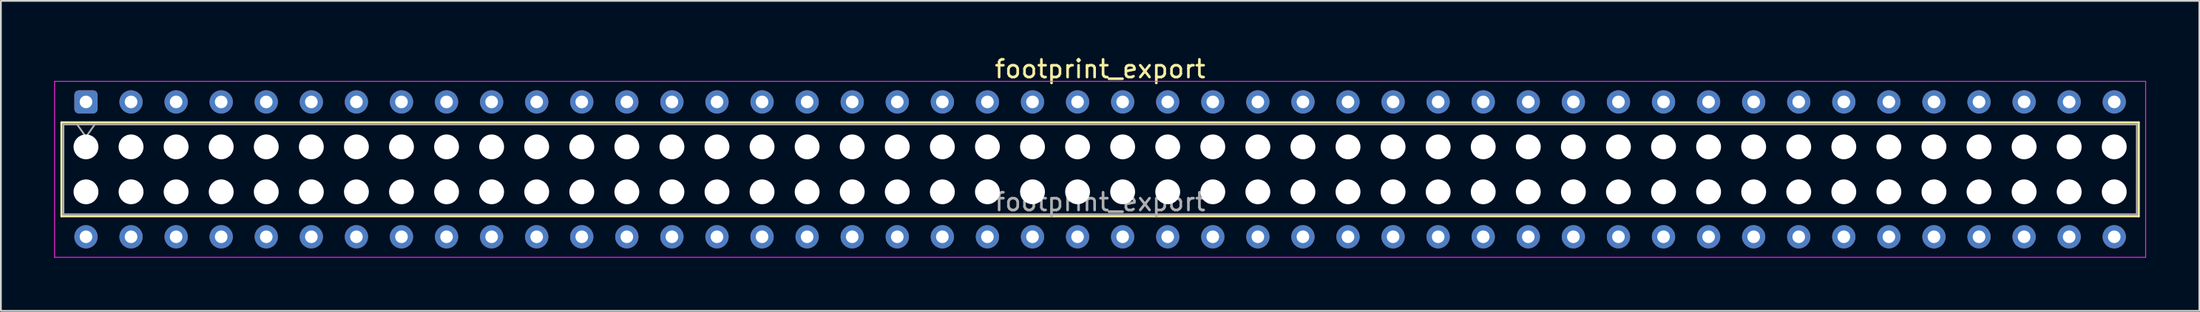
<source format=kicad_pcb>
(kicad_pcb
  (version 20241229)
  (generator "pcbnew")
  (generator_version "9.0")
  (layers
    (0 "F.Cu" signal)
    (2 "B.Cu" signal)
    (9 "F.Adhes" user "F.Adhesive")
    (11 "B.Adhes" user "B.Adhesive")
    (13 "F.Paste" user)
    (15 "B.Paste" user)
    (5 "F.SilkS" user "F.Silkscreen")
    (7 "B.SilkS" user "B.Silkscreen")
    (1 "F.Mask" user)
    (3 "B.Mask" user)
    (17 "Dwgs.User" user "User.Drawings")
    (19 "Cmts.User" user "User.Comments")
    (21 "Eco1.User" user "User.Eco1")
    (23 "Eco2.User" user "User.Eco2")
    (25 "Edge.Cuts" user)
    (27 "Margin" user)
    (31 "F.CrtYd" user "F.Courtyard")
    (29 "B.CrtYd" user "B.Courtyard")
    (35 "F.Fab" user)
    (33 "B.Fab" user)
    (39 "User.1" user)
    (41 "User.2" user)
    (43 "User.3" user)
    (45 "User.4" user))
  (footprint "footprint_export"
    (layer "F.Cu")
    (at 1.795 2.708)
    (property "Reference" "footprint_export" (at 57.15 -1.86 0) (layer "F.SilkS") (effects (font (size 1 1) (thickness 0.15))))
    (attr through_hole)
    (fp_line (start -1.38 1.16) (end 115.68 1.16) (stroke (width 0.12) (type solid)) (layer "F.SilkS"))
    (fp_line (start -1.38 6.46) (end -1.38 1.16) (stroke (width 0.12) (type solid)) (layer "F.SilkS"))
    (fp_line (start 115.68 1.16) (end 115.68 6.46) (stroke (width 0.12) (type solid)) (layer "F.SilkS"))
    (fp_line (start 115.68 6.46) (end -1.38 6.46) (stroke (width 0.12) (type solid)) (layer "F.SilkS"))
    (fp_line (start -1.77 -1.16) (end 116.07 -1.16) (stroke (width 0.05) (type solid)) (layer "F.CrtYd"))
    (fp_line (start -1.77 8.78) (end -1.77 -1.16) (stroke (width 0.05) (type solid)) (layer "F.CrtYd"))
    (fp_line (start 116.07 -1.16) (end 116.07 8.78) (stroke (width 0.05) (type solid)) (layer "F.CrtYd"))
    (fp_line (start 116.07 8.78) (end -1.77 8.78) (stroke (width 0.05) (type solid)) (layer "F.CrtYd"))
    (fp_line (start -1.27 1.27) (end 115.57 1.27) (stroke (width 0.1) (type solid)) (layer "F.Fab"))
    (fp_line (start -1.27 6.35) (end -1.27 1.27) (stroke (width 0.1) (type solid)) (layer "F.Fab"))
    (fp_line (start -0.5 1.27) (end 0 1.977) (stroke (width 0.1) (type solid)) (layer "F.Fab"))
    (fp_line (start 0 1.977) (end 0.5 1.27) (stroke (width 0.1) (type solid)) (layer "F.Fab"))
    (fp_line (start 115.57 1.27) (end 115.57 6.35) (stroke (width 0.1) (type solid)) (layer "F.Fab"))
    (fp_line (start 115.57 6.35) (end -1.27 6.35) (stroke (width 0.1) (type solid)) (layer "F.Fab"))
    (fp_text user "${REFERENCE}" (at 57.15 5.65 0) (layer "F.Fab") (effects (font (size 1 1) (thickness 0.15))))
    (pad "" np_thru_hole circle (at 0 2.54) (size 1.4 1.4) (drill 1.4) (layers "*.Cu" "*.Mask"))
    (pad "" np_thru_hole circle (at 0 5.08) (size 1.4 1.4) (drill 1.4) (layers "*.Cu" "*.Mask"))
    (pad "" np_thru_hole circle (at 2.54 2.54) (size 1.4 1.4) (drill 1.4) (layers "*.Cu" "*.Mask"))
    (pad "" np_thru_hole circle (at 2.54 5.08) (size 1.4 1.4) (drill 1.4) (layers "*.Cu" "*.Mask"))
    (pad "" np_thru_hole circle (at 5.08 2.54) (size 1.4 1.4) (drill 1.4) (layers "*.Cu" "*.Mask"))
    (pad "" np_thru_hole circle (at 5.08 5.08) (size 1.4 1.4) (drill 1.4) (layers "*.Cu" "*.Mask"))
    (pad "" np_thru_hole circle (at 7.62 2.54) (size 1.4 1.4) (drill 1.4) (layers "*.Cu" "*.Mask"))
    (pad "" np_thru_hole circle (at 7.62 5.08) (size 1.4 1.4) (drill 1.4) (layers "*.Cu" "*.Mask"))
    (pad "" np_thru_hole circle (at 10.16 2.54) (size 1.4 1.4) (drill 1.4) (layers "*.Cu" "*.Mask"))
    (pad "" np_thru_hole circle (at 10.16 5.08) (size 1.4 1.4) (drill 1.4) (layers "*.Cu" "*.Mask"))
    (pad "" np_thru_hole circle (at 12.7 2.54) (size 1.4 1.4) (drill 1.4) (layers "*.Cu" "*.Mask"))
    (pad "" np_thru_hole circle (at 12.7 5.08) (size 1.4 1.4) (drill 1.4) (layers "*.Cu" "*.Mask"))
    (pad "" np_thru_hole circle (at 15.24 2.54) (size 1.4 1.4) (drill 1.4) (layers "*.Cu" "*.Mask"))
    (pad "" np_thru_hole circle (at 15.24 5.08) (size 1.4 1.4) (drill 1.4) (layers "*.Cu" "*.Mask"))
    (pad "" np_thru_hole circle (at 17.78 2.54) (size 1.4 1.4) (drill 1.4) (layers "*.Cu" "*.Mask"))
    (pad "" np_thru_hole circle (at 17.78 5.08) (size 1.4 1.4) (drill 1.4) (layers "*.Cu" "*.Mask"))
    (pad "" np_thru_hole circle (at 20.32 2.54) (size 1.4 1.4) (drill 1.4) (layers "*.Cu" "*.Mask"))
    (pad "" np_thru_hole circle (at 20.32 5.08) (size 1.4 1.4) (drill 1.4) (layers "*.Cu" "*.Mask"))
    (pad "" np_thru_hole circle (at 22.86 2.54) (size 1.4 1.4) (drill 1.4) (layers "*.Cu" "*.Mask"))
    (pad "" np_thru_hole circle (at 22.86 5.08) (size 1.4 1.4) (drill 1.4) (layers "*.Cu" "*.Mask"))
    (pad "" np_thru_hole circle (at 25.4 2.54) (size 1.4 1.4) (drill 1.4) (layers "*.Cu" "*.Mask"))
    (pad "" np_thru_hole circle (at 25.4 5.08) (size 1.4 1.4) (drill 1.4) (layers "*.Cu" "*.Mask"))
    (pad "" np_thru_hole circle (at 27.94 2.54) (size 1.4 1.4) (drill 1.4) (layers "*.Cu" "*.Mask"))
    (pad "" np_thru_hole circle (at 27.94 5.08) (size 1.4 1.4) (drill 1.4) (layers "*.Cu" "*.Mask"))
    (pad "" np_thru_hole circle (at 30.48 2.54) (size 1.4 1.4) (drill 1.4) (layers "*.Cu" "*.Mask"))
    (pad "" np_thru_hole circle (at 30.48 5.08) (size 1.4 1.4) (drill 1.4) (layers "*.Cu" "*.Mask"))
    (pad "" np_thru_hole circle (at 33.02 2.54) (size 1.4 1.4) (drill 1.4) (layers "*.Cu" "*.Mask"))
    (pad "" np_thru_hole circle (at 33.02 5.08) (size 1.4 1.4) (drill 1.4) (layers "*.Cu" "*.Mask"))
    (pad "" np_thru_hole circle (at 35.56 2.54) (size 1.4 1.4) (drill 1.4) (layers "*.Cu" "*.Mask"))
    (pad "" np_thru_hole circle (at 35.56 5.08) (size 1.4 1.4) (drill 1.4) (layers "*.Cu" "*.Mask"))
    (pad "" np_thru_hole circle (at 38.1 2.54) (size 1.4 1.4) (drill 1.4) (layers "*.Cu" "*.Mask"))
    (pad "" np_thru_hole circle (at 38.1 5.08) (size 1.4 1.4) (drill 1.4) (layers "*.Cu" "*.Mask"))
    (pad "" np_thru_hole circle (at 40.64 2.54) (size 1.4 1.4) (drill 1.4) (layers "*.Cu" "*.Mask"))
    (pad "" np_thru_hole circle (at 40.64 5.08) (size 1.4 1.4) (drill 1.4) (layers "*.Cu" "*.Mask"))
    (pad "" np_thru_hole circle (at 43.18 2.54) (size 1.4 1.4) (drill 1.4) (layers "*.Cu" "*.Mask"))
    (pad "" np_thru_hole circle (at 43.18 5.08) (size 1.4 1.4) (drill 1.4) (layers "*.Cu" "*.Mask"))
    (pad "" np_thru_hole circle (at 45.72 2.54) (size 1.4 1.4) (drill 1.4) (layers "*.Cu" "*.Mask"))
    (pad "" np_thru_hole circle (at 45.72 5.08) (size 1.4 1.4) (drill 1.4) (layers "*.Cu" "*.Mask"))
    (pad "" np_thru_hole circle (at 48.26 2.54) (size 1.4 1.4) (drill 1.4) (layers "*.Cu" "*.Mask"))
    (pad "" np_thru_hole circle (at 48.26 5.08) (size 1.4 1.4) (drill 1.4) (layers "*.Cu" "*.Mask"))
    (pad "" np_thru_hole circle (at 50.8 2.54) (size 1.4 1.4) (drill 1.4) (layers "*.Cu" "*.Mask"))
    (pad "" np_thru_hole circle (at 50.8 5.08) (size 1.4 1.4) (drill 1.4) (layers "*.Cu" "*.Mask"))
    (pad "" np_thru_hole circle (at 53.34 2.54) (size 1.4 1.4) (drill 1.4) (layers "*.Cu" "*.Mask"))
    (pad "" np_thru_hole circle (at 53.34 5.08) (size 1.4 1.4) (drill 1.4) (layers "*.Cu" "*.Mask"))
    (pad "" np_thru_hole circle (at 55.88 2.54) (size 1.4 1.4) (drill 1.4) (layers "*.Cu" "*.Mask"))
    (pad "" np_thru_hole circle (at 55.88 5.08) (size 1.4 1.4) (drill 1.4) (layers "*.Cu" "*.Mask"))
    (pad "" np_thru_hole circle (at 58.42 2.54) (size 1.4 1.4) (drill 1.4) (layers "*.Cu" "*.Mask"))
    (pad "" np_thru_hole circle (at 58.42 5.08) (size 1.4 1.4) (drill 1.4) (layers "*.Cu" "*.Mask"))
    (pad "" np_thru_hole circle (at 60.96 2.54) (size 1.4 1.4) (drill 1.4) (layers "*.Cu" "*.Mask"))
    (pad "" np_thru_hole circle (at 60.96 5.08) (size 1.4 1.4) (drill 1.4) (layers "*.Cu" "*.Mask"))
    (pad "" np_thru_hole circle (at 63.5 2.54) (size 1.4 1.4) (drill 1.4) (layers "*.Cu" "*.Mask"))
    (pad "" np_thru_hole circle (at 63.5 5.08) (size 1.4 1.4) (drill 1.4) (layers "*.Cu" "*.Mask"))
    (pad "" np_thru_hole circle (at 66.04 2.54) (size 1.4 1.4) (drill 1.4) (layers "*.Cu" "*.Mask"))
    (pad "" np_thru_hole circle (at 66.04 5.08) (size 1.4 1.4) (drill 1.4) (layers "*.Cu" "*.Mask"))
    (pad "" np_thru_hole circle (at 68.58 2.54) (size 1.4 1.4) (drill 1.4) (layers "*.Cu" "*.Mask"))
    (pad "" np_thru_hole circle (at 68.58 5.08) (size 1.4 1.4) (drill 1.4) (layers "*.Cu" "*.Mask"))
    (pad "" np_thru_hole circle (at 71.12 2.54) (size 1.4 1.4) (drill 1.4) (layers "*.Cu" "*.Mask"))
    (pad "" np_thru_hole circle (at 71.12 5.08) (size 1.4 1.4) (drill 1.4) (layers "*.Cu" "*.Mask"))
    (pad "" np_thru_hole circle (at 73.66 2.54) (size 1.4 1.4) (drill 1.4) (layers "*.Cu" "*.Mask"))
    (pad "" np_thru_hole circle (at 73.66 5.08) (size 1.4 1.4) (drill 1.4) (layers "*.Cu" "*.Mask"))
    (pad "" np_thru_hole circle (at 76.2 2.54) (size 1.4 1.4) (drill 1.4) (layers "*.Cu" "*.Mask"))
    (pad "" np_thru_hole circle (at 76.2 5.08) (size 1.4 1.4) (drill 1.4) (layers "*.Cu" "*.Mask"))
    (pad "" np_thru_hole circle (at 78.74 2.54) (size 1.4 1.4) (drill 1.4) (layers "*.Cu" "*.Mask"))
    (pad "" np_thru_hole circle (at 78.74 5.08) (size 1.4 1.4) (drill 1.4) (layers "*.Cu" "*.Mask"))
    (pad "" np_thru_hole circle (at 81.28 2.54) (size 1.4 1.4) (drill 1.4) (layers "*.Cu" "*.Mask"))
    (pad "" np_thru_hole circle (at 81.28 5.08) (size 1.4 1.4) (drill 1.4) (layers "*.Cu" "*.Mask"))
    (pad "" np_thru_hole circle (at 83.82 2.54) (size 1.4 1.4) (drill 1.4) (layers "*.Cu" "*.Mask"))
    (pad "" np_thru_hole circle (at 83.82 5.08) (size 1.4 1.4) (drill 1.4) (layers "*.Cu" "*.Mask"))
    (pad "" np_thru_hole circle (at 86.36 2.54) (size 1.4 1.4) (drill 1.4) (layers "*.Cu" "*.Mask"))
    (pad "" np_thru_hole circle (at 86.36 5.08) (size 1.4 1.4) (drill 1.4) (layers "*.Cu" "*.Mask"))
    (pad "" np_thru_hole circle (at 88.9 2.54) (size 1.4 1.4) (drill 1.4) (layers "*.Cu" "*.Mask"))
    (pad "" np_thru_hole circle (at 88.9 5.08) (size 1.4 1.4) (drill 1.4) (layers "*.Cu" "*.Mask"))
    (pad "" np_thru_hole circle (at 91.44 2.54) (size 1.4 1.4) (drill 1.4) (layers "*.Cu" "*.Mask"))
    (pad "" np_thru_hole circle (at 91.44 5.08) (size 1.4 1.4) (drill 1.4) (layers "*.Cu" "*.Mask"))
    (pad "" np_thru_hole circle (at 93.98 2.54) (size 1.4 1.4) (drill 1.4) (layers "*.Cu" "*.Mask"))
    (pad "" np_thru_hole circle (at 93.98 5.08) (size 1.4 1.4) (drill 1.4) (layers "*.Cu" "*.Mask"))
    (pad "" np_thru_hole circle (at 96.52 2.54) (size 1.4 1.4) (drill 1.4) (layers "*.Cu" "*.Mask"))
    (pad "" np_thru_hole circle (at 96.52 5.08) (size 1.4 1.4) (drill 1.4) (layers "*.Cu" "*.Mask"))
    (pad "" np_thru_hole circle (at 99.06 2.54) (size 1.4 1.4) (drill 1.4) (layers "*.Cu" "*.Mask"))
    (pad "" np_thru_hole circle (at 99.06 5.08) (size 1.4 1.4) (drill 1.4) (layers "*.Cu" "*.Mask"))
    (pad "" np_thru_hole circle (at 101.6 2.54) (size 1.4 1.4) (drill 1.4) (layers "*.Cu" "*.Mask"))
    (pad "" np_thru_hole circle (at 101.6 5.08) (size 1.4 1.4) (drill 1.4) (layers "*.Cu" "*.Mask"))
    (pad "" np_thru_hole circle (at 104.14 2.54) (size 1.4 1.4) (drill 1.4) (layers "*.Cu" "*.Mask"))
    (pad "" np_thru_hole circle (at 104.14 5.08) (size 1.4 1.4) (drill 1.4) (layers "*.Cu" "*.Mask"))
    (pad "" np_thru_hole circle (at 106.68 2.54) (size 1.4 1.4) (drill 1.4) (layers "*.Cu" "*.Mask"))
    (pad "" np_thru_hole circle (at 106.68 5.08) (size 1.4 1.4) (drill 1.4) (layers "*.Cu" "*.Mask"))
    (pad "" np_thru_hole circle (at 109.22 2.54) (size 1.4 1.4) (drill 1.4) (layers "*.Cu" "*.Mask"))
    (pad "" np_thru_hole circle (at 109.22 5.08) (size 1.4 1.4) (drill 1.4) (layers "*.Cu" "*.Mask"))
    (pad "" np_thru_hole circle (at 111.76 2.54) (size 1.4 1.4) (drill 1.4) (layers "*.Cu" "*.Mask"))
    (pad "" np_thru_hole circle (at 111.76 5.08) (size 1.4 1.4) (drill 1.4) (layers "*.Cu" "*.Mask"))
    (pad "" np_thru_hole circle (at 114.3 2.54) (size 1.4 1.4) (drill 1.4) (layers "*.Cu" "*.Mask"))
    (pad "" np_thru_hole circle (at 114.3 5.08) (size 1.4 1.4) (drill 1.4) (layers "*.Cu" "*.Mask"))
    (pad "1" thru_hole roundrect (at 0 0) (size 1.31 1.31) (drill 0.71) (layers "*.Cu" "*.Mask") (roundrect_rratio 0.191))
    (pad "2" thru_hole circle (at 0 7.62) (size 1.31 1.31) (drill 0.71) (layers "*.Cu" "*.Mask"))
    (pad "3" thru_hole circle (at 2.54 0) (size 1.31 1.31) (drill 0.71) (layers "*.Cu" "*.Mask"))
    (pad "4" thru_hole circle (at 2.54 7.62) (size 1.31 1.31) (drill 0.71) (layers "*.Cu" "*.Mask"))
    (pad "5" thru_hole circle (at 5.08 0) (size 1.31 1.31) (drill 0.71) (layers "*.Cu" "*.Mask"))
    (pad "6" thru_hole circle (at 5.08 7.62) (size 1.31 1.31) (drill 0.71) (layers "*.Cu" "*.Mask"))
    (pad "7" thru_hole circle (at 7.62 0) (size 1.31 1.31) (drill 0.71) (layers "*.Cu" "*.Mask"))
    (pad "8" thru_hole circle (at 7.62 7.62) (size 1.31 1.31) (drill 0.71) (layers "*.Cu" "*.Mask"))
    (pad "9" thru_hole circle (at 10.16 0) (size 1.31 1.31) (drill 0.71) (layers "*.Cu" "*.Mask"))
    (pad "10" thru_hole circle (at 10.16 7.62) (size 1.31 1.31) (drill 0.71) (layers "*.Cu" "*.Mask"))
    (pad "11" thru_hole circle (at 12.7 0) (size 1.31 1.31) (drill 0.71) (layers "*.Cu" "*.Mask"))
    (pad "12" thru_hole circle (at 12.7 7.62) (size 1.31 1.31) (drill 0.71) (layers "*.Cu" "*.Mask"))
    (pad "13" thru_hole circle (at 15.24 0) (size 1.31 1.31) (drill 0.71) (layers "*.Cu" "*.Mask"))
    (pad "14" thru_hole circle (at 15.24 7.62) (size 1.31 1.31) (drill 0.71) (layers "*.Cu" "*.Mask"))
    (pad "15" thru_hole circle (at 17.78 0) (size 1.31 1.31) (drill 0.71) (layers "*.Cu" "*.Mask"))
    (pad "16" thru_hole circle (at 17.78 7.62) (size 1.31 1.31) (drill 0.71) (layers "*.Cu" "*.Mask"))
    (pad "17" thru_hole circle (at 20.32 0) (size 1.31 1.31) (drill 0.71) (layers "*.Cu" "*.Mask"))
    (pad "18" thru_hole circle (at 20.32 7.62) (size 1.31 1.31) (drill 0.71) (layers "*.Cu" "*.Mask"))
    (pad "19" thru_hole circle (at 22.86 0) (size 1.31 1.31) (drill 0.71) (layers "*.Cu" "*.Mask"))
    (pad "20" thru_hole circle (at 22.86 7.62) (size 1.31 1.31) (drill 0.71) (layers "*.Cu" "*.Mask"))
    (pad "21" thru_hole circle (at 25.4 0) (size 1.31 1.31) (drill 0.71) (layers "*.Cu" "*.Mask"))
    (pad "22" thru_hole circle (at 25.4 7.62) (size 1.31 1.31) (drill 0.71) (layers "*.Cu" "*.Mask"))
    (pad "23" thru_hole circle (at 27.94 0) (size 1.31 1.31) (drill 0.71) (layers "*.Cu" "*.Mask"))
    (pad "24" thru_hole circle (at 27.94 7.62) (size 1.31 1.31) (drill 0.71) (layers "*.Cu" "*.Mask"))
    (pad "25" thru_hole circle (at 30.48 0) (size 1.31 1.31) (drill 0.71) (layers "*.Cu" "*.Mask"))
    (pad "26" thru_hole circle (at 30.48 7.62) (size 1.31 1.31) (drill 0.71) (layers "*.Cu" "*.Mask"))
    (pad "27" thru_hole circle (at 33.02 0) (size 1.31 1.31) (drill 0.71) (layers "*.Cu" "*.Mask"))
    (pad "28" thru_hole circle (at 33.02 7.62) (size 1.31 1.31) (drill 0.71) (layers "*.Cu" "*.Mask"))
    (pad "29" thru_hole circle (at 35.56 0) (size 1.31 1.31) (drill 0.71) (layers "*.Cu" "*.Mask"))
    (pad "30" thru_hole circle (at 35.56 7.62) (size 1.31 1.31) (drill 0.71) (layers "*.Cu" "*.Mask"))
    (pad "31" thru_hole circle (at 38.1 0) (size 1.31 1.31) (drill 0.71) (layers "*.Cu" "*.Mask"))
    (pad "32" thru_hole circle (at 38.1 7.62) (size 1.31 1.31) (drill 0.71) (layers "*.Cu" "*.Mask"))
    (pad "33" thru_hole circle (at 40.64 0) (size 1.31 1.31) (drill 0.71) (layers "*.Cu" "*.Mask"))
    (pad "34" thru_hole circle (at 40.64 7.62) (size 1.31 1.31) (drill 0.71) (layers "*.Cu" "*.Mask"))
    (pad "35" thru_hole circle (at 43.18 0) (size 1.31 1.31) (drill 0.71) (layers "*.Cu" "*.Mask"))
    (pad "36" thru_hole circle (at 43.18 7.62) (size 1.31 1.31) (drill 0.71) (layers "*.Cu" "*.Mask"))
    (pad "37" thru_hole circle (at 45.72 0) (size 1.31 1.31) (drill 0.71) (layers "*.Cu" "*.Mask"))
    (pad "38" thru_hole circle (at 45.72 7.62) (size 1.31 1.31) (drill 0.71) (layers "*.Cu" "*.Mask"))
    (pad "39" thru_hole circle (at 48.26 0) (size 1.31 1.31) (drill 0.71) (layers "*.Cu" "*.Mask"))
    (pad "40" thru_hole circle (at 48.26 7.62) (size 1.31 1.31) (drill 0.71) (layers "*.Cu" "*.Mask"))
    (pad "41" thru_hole circle (at 50.8 0) (size 1.31 1.31) (drill 0.71) (layers "*.Cu" "*.Mask"))
    (pad "42" thru_hole circle (at 50.8 7.62) (size 1.31 1.31) (drill 0.71) (layers "*.Cu" "*.Mask"))
    (pad "43" thru_hole circle (at 53.34 0) (size 1.31 1.31) (drill 0.71) (layers "*.Cu" "*.Mask"))
    (pad "44" thru_hole circle (at 53.34 7.62) (size 1.31 1.31) (drill 0.71) (layers "*.Cu" "*.Mask"))
    (pad "45" thru_hole circle (at 55.88 0) (size 1.31 1.31) (drill 0.71) (layers "*.Cu" "*.Mask"))
    (pad "46" thru_hole circle (at 55.88 7.62) (size 1.31 1.31) (drill 0.71) (layers "*.Cu" "*.Mask"))
    (pad "47" thru_hole circle (at 58.42 0) (size 1.31 1.31) (drill 0.71) (layers "*.Cu" "*.Mask"))
    (pad "48" thru_hole circle (at 58.42 7.62) (size 1.31 1.31) (drill 0.71) (layers "*.Cu" "*.Mask"))
    (pad "49" thru_hole circle (at 60.96 0) (size 1.31 1.31) (drill 0.71) (layers "*.Cu" "*.Mask"))
    (pad "50" thru_hole circle (at 60.96 7.62) (size 1.31 1.31) (drill 0.71) (layers "*.Cu" "*.Mask"))
    (pad "51" thru_hole circle (at 63.5 0) (size 1.31 1.31) (drill 0.71) (layers "*.Cu" "*.Mask"))
    (pad "52" thru_hole circle (at 63.5 7.62) (size 1.31 1.31) (drill 0.71) (layers "*.Cu" "*.Mask"))
    (pad "53" thru_hole circle (at 66.04 0) (size 1.31 1.31) (drill 0.71) (layers "*.Cu" "*.Mask"))
    (pad "54" thru_hole circle (at 66.04 7.62) (size 1.31 1.31) (drill 0.71) (layers "*.Cu" "*.Mask"))
    (pad "55" thru_hole circle (at 68.58 0) (size 1.31 1.31) (drill 0.71) (layers "*.Cu" "*.Mask"))
    (pad "56" thru_hole circle (at 68.58 7.62) (size 1.31 1.31) (drill 0.71) (layers "*.Cu" "*.Mask"))
    (pad "57" thru_hole circle (at 71.12 0) (size 1.31 1.31) (drill 0.71) (layers "*.Cu" "*.Mask"))
    (pad "58" thru_hole circle (at 71.12 7.62) (size 1.31 1.31) (drill 0.71) (layers "*.Cu" "*.Mask"))
    (pad "59" thru_hole circle (at 73.66 0) (size 1.31 1.31) (drill 0.71) (layers "*.Cu" "*.Mask"))
    (pad "60" thru_hole circle (at 73.66 7.62) (size 1.31 1.31) (drill 0.71) (layers "*.Cu" "*.Mask"))
    (pad "61" thru_hole circle (at 76.2 0) (size 1.31 1.31) (drill 0.71) (layers "*.Cu" "*.Mask"))
    (pad "62" thru_hole circle (at 76.2 7.62) (size 1.31 1.31) (drill 0.71) (layers "*.Cu" "*.Mask"))
    (pad "63" thru_hole circle (at 78.74 0) (size 1.31 1.31) (drill 0.71) (layers "*.Cu" "*.Mask"))
    (pad "64" thru_hole circle (at 78.74 7.62) (size 1.31 1.31) (drill 0.71) (layers "*.Cu" "*.Mask"))
    (pad "65" thru_hole circle (at 81.28 0) (size 1.31 1.31) (drill 0.71) (layers "*.Cu" "*.Mask"))
    (pad "66" thru_hole circle (at 81.28 7.62) (size 1.31 1.31) (drill 0.71) (layers "*.Cu" "*.Mask"))
    (pad "67" thru_hole circle (at 83.82 0) (size 1.31 1.31) (drill 0.71) (layers "*.Cu" "*.Mask"))
    (pad "68" thru_hole circle (at 83.82 7.62) (size 1.31 1.31) (drill 0.71) (layers "*.Cu" "*.Mask"))
    (pad "69" thru_hole circle (at 86.36 0) (size 1.31 1.31) (drill 0.71) (layers "*.Cu" "*.Mask"))
    (pad "70" thru_hole circle (at 86.36 7.62) (size 1.31 1.31) (drill 0.71) (layers "*.Cu" "*.Mask"))
    (pad "71" thru_hole circle (at 88.9 0) (size 1.31 1.31) (drill 0.71) (layers "*.Cu" "*.Mask"))
    (pad "72" thru_hole circle (at 88.9 7.62) (size 1.31 1.31) (drill 0.71) (layers "*.Cu" "*.Mask"))
    (pad "73" thru_hole circle (at 91.44 0) (size 1.31 1.31) (drill 0.71) (layers "*.Cu" "*.Mask"))
    (pad "74" thru_hole circle (at 91.44 7.62) (size 1.31 1.31) (drill 0.71) (layers "*.Cu" "*.Mask"))
    (pad "75" thru_hole circle (at 93.98 0) (size 1.31 1.31) (drill 0.71) (layers "*.Cu" "*.Mask"))
    (pad "76" thru_hole circle (at 93.98 7.62) (size 1.31 1.31) (drill 0.71) (layers "*.Cu" "*.Mask"))
    (pad "77" thru_hole circle (at 96.52 0) (size 1.31 1.31) (drill 0.71) (layers "*.Cu" "*.Mask"))
    (pad "78" thru_hole circle (at 96.52 7.62) (size 1.31 1.31) (drill 0.71) (layers "*.Cu" "*.Mask"))
    (pad "79" thru_hole circle (at 99.06 0) (size 1.31 1.31) (drill 0.71) (layers "*.Cu" "*.Mask"))
    (pad "80" thru_hole circle (at 99.06 7.62) (size 1.31 1.31) (drill 0.71) (layers "*.Cu" "*.Mask"))
    (pad "81" thru_hole circle (at 101.6 0) (size 1.31 1.31) (drill 0.71) (layers "*.Cu" "*.Mask"))
    (pad "82" thru_hole circle (at 101.6 7.62) (size 1.31 1.31) (drill 0.71) (layers "*.Cu" "*.Mask"))
    (pad "83" thru_hole circle (at 104.14 0) (size 1.31 1.31) (drill 0.71) (layers "*.Cu" "*.Mask"))
    (pad "84" thru_hole circle (at 104.14 7.62) (size 1.31 1.31) (drill 0.71) (layers "*.Cu" "*.Mask"))
    (pad "85" thru_hole circle (at 106.68 0) (size 1.31 1.31) (drill 0.71) (layers "*.Cu" "*.Mask"))
    (pad "86" thru_hole circle (at 106.68 7.62) (size 1.31 1.31) (drill 0.71) (layers "*.Cu" "*.Mask"))
    (pad "87" thru_hole circle (at 109.22 0) (size 1.31 1.31) (drill 0.71) (layers "*.Cu" "*.Mask"))
    (pad "88" thru_hole circle (at 109.22 7.62) (size 1.31 1.31) (drill 0.71) (layers "*.Cu" "*.Mask"))
    (pad "89" thru_hole circle (at 111.76 0) (size 1.31 1.31) (drill 0.71) (layers "*.Cu" "*.Mask"))
    (pad "90" thru_hole circle (at 111.76 7.62) (size 1.31 1.31) (drill 0.71) (layers "*.Cu" "*.Mask"))
    (pad "91" thru_hole circle (at 114.3 0) (size 1.31 1.31) (drill 0.71) (layers "*.Cu" "*.Mask"))
    (pad "92" thru_hole circle (at 114.3 7.62) (size 1.31 1.31) (drill 0.71) (layers "*.Cu" "*.Mask")))
  (gr_rect
    (start -3 -3)
    (end 120.89 14.513)
    (stroke (width 0.1) (type default))
    (fill no)
    (layer "Edge.Cuts")))
</source>
